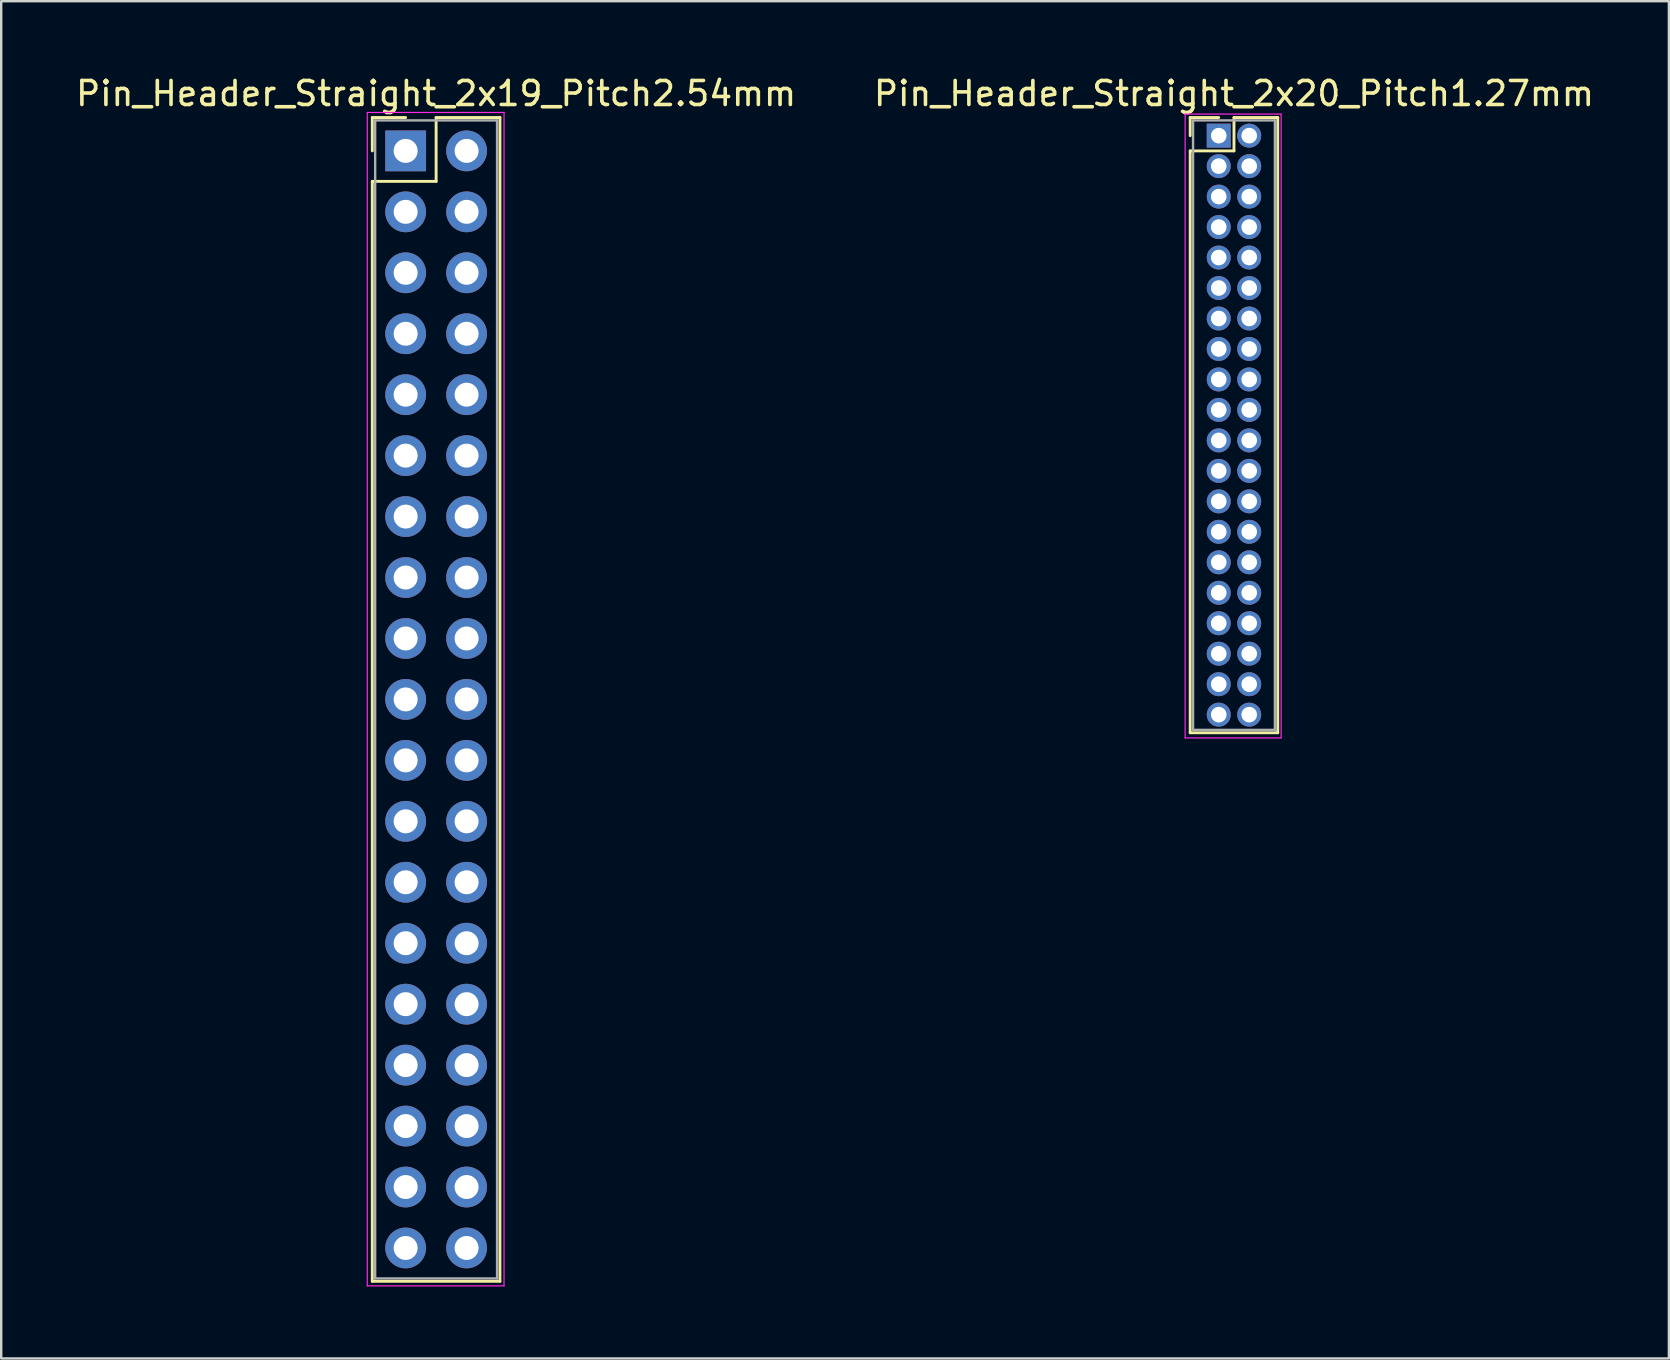
<source format=kicad_pcb>
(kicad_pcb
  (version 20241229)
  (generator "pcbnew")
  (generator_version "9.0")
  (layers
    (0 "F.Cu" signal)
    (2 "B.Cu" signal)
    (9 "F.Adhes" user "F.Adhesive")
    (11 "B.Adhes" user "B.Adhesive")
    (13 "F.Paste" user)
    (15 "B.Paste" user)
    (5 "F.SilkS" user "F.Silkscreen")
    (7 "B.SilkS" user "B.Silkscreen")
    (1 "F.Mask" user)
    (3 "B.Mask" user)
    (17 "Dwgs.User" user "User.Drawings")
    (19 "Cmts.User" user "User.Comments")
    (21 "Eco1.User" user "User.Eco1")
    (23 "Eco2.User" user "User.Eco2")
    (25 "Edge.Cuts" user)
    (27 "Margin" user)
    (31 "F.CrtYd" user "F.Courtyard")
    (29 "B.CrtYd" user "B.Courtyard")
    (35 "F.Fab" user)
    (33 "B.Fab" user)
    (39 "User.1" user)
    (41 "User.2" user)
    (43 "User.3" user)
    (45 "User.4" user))
  (footprint "Pin_Header_Straight_2x19_Pitch2.54mm"
    (layer "F.Cu")
    (at 13.855 3.238)
    (property "Reference" "Pin_Header_Straight_2x19_Pitch2.54mm" (at 1.27 -2.39 0) (layer "F.SilkS") (effects (font (size 1 1) (thickness 0.15))))
    (attr through_hole)
    (fp_line (start -1.39 -1.39) (end 0 -1.39) (stroke (width 0.12) (type solid)) (layer "F.SilkS"))
    (fp_line (start -1.39 0) (end -1.39 -1.39) (stroke (width 0.12) (type solid)) (layer "F.SilkS"))
    (fp_line (start -1.39 1.27) (end -1.39 47.11) (stroke (width 0.12) (type solid)) (layer "F.SilkS"))
    (fp_line (start -1.39 47.11) (end 3.93 47.11) (stroke (width 0.12) (type solid)) (layer "F.SilkS"))
    (fp_line (start 1.27 -1.39) (end 1.27 1.27) (stroke (width 0.12) (type solid)) (layer "F.SilkS"))
    (fp_line (start 1.27 1.27) (end -1.39 1.27) (stroke (width 0.12) (type solid)) (layer "F.SilkS"))
    (fp_line (start 3.93 -1.39) (end 1.27 -1.39) (stroke (width 0.12) (type solid)) (layer "F.SilkS"))
    (fp_line (start 3.93 47.11) (end 3.93 -1.39) (stroke (width 0.12) (type solid)) (layer "F.SilkS"))
    (fp_line (start -1.6 -1.6) (end -1.6 47.3) (stroke (width 0.05) (type solid)) (layer "F.CrtYd"))
    (fp_line (start -1.6 47.3) (end 4.1 47.3) (stroke (width 0.05) (type solid)) (layer "F.CrtYd"))
    (fp_line (start 4.1 -1.6) (end -1.6 -1.6) (stroke (width 0.05) (type solid)) (layer "F.CrtYd"))
    (fp_line (start 4.1 47.3) (end 4.1 -1.6) (stroke (width 0.05) (type solid)) (layer "F.CrtYd"))
    (fp_line (start -1.27 -1.27) (end -1.27 46.99) (stroke (width 0.1) (type solid)) (layer "F.Fab"))
    (fp_line (start -1.27 46.99) (end 3.81 46.99) (stroke (width 0.1) (type solid)) (layer "F.Fab"))
    (fp_line (start 3.81 -1.27) (end -1.27 -1.27) (stroke (width 0.1) (type solid)) (layer "F.Fab"))
    (fp_line (start 3.81 46.99) (end 3.81 -1.27) (stroke (width 0.1) (type solid)) (layer "F.Fab"))
    (pad "1" thru_hole rect (at 0 0) (size 1.7 1.7) (drill 1) (layers "*.Cu" "*.Mask"))
    (pad "2" thru_hole oval (at 2.54 0) (size 1.7 1.7) (drill 1) (layers "*.Cu" "*.Mask"))
    (pad "3" thru_hole oval (at 0 2.54) (size 1.7 1.7) (drill 1) (layers "*.Cu" "*.Mask"))
    (pad "4" thru_hole oval (at 2.54 2.54) (size 1.7 1.7) (drill 1) (layers "*.Cu" "*.Mask"))
    (pad "5" thru_hole oval (at 0 5.08) (size 1.7 1.7) (drill 1) (layers "*.Cu" "*.Mask"))
    (pad "6" thru_hole oval (at 2.54 5.08) (size 1.7 1.7) (drill 1) (layers "*.Cu" "*.Mask"))
    (pad "7" thru_hole oval (at 0 7.62) (size 1.7 1.7) (drill 1) (layers "*.Cu" "*.Mask"))
    (pad "8" thru_hole oval (at 2.54 7.62) (size 1.7 1.7) (drill 1) (layers "*.Cu" "*.Mask"))
    (pad "9" thru_hole oval (at 0 10.16) (size 1.7 1.7) (drill 1) (layers "*.Cu" "*.Mask"))
    (pad "10" thru_hole oval (at 2.54 10.16) (size 1.7 1.7) (drill 1) (layers "*.Cu" "*.Mask"))
    (pad "11" thru_hole oval (at 0 12.7) (size 1.7 1.7) (drill 1) (layers "*.Cu" "*.Mask"))
    (pad "12" thru_hole oval (at 2.54 12.7) (size 1.7 1.7) (drill 1) (layers "*.Cu" "*.Mask"))
    (pad "13" thru_hole oval (at 0 15.24) (size 1.7 1.7) (drill 1) (layers "*.Cu" "*.Mask"))
    (pad "14" thru_hole oval (at 2.54 15.24) (size 1.7 1.7) (drill 1) (layers "*.Cu" "*.Mask"))
    (pad "15" thru_hole oval (at 0 17.78) (size 1.7 1.7) (drill 1) (layers "*.Cu" "*.Mask"))
    (pad "16" thru_hole oval (at 2.54 17.78) (size 1.7 1.7) (drill 1) (layers "*.Cu" "*.Mask"))
    (pad "17" thru_hole oval (at 0 20.32) (size 1.7 1.7) (drill 1) (layers "*.Cu" "*.Mask"))
    (pad "18" thru_hole oval (at 2.54 20.32) (size 1.7 1.7) (drill 1) (layers "*.Cu" "*.Mask"))
    (pad "19" thru_hole oval (at 0 22.86) (size 1.7 1.7) (drill 1) (layers "*.Cu" "*.Mask"))
    (pad "20" thru_hole oval (at 2.54 22.86) (size 1.7 1.7) (drill 1) (layers "*.Cu" "*.Mask"))
    (pad "21" thru_hole oval (at 0 25.4) (size 1.7 1.7) (drill 1) (layers "*.Cu" "*.Mask"))
    (pad "22" thru_hole oval (at 2.54 25.4) (size 1.7 1.7) (drill 1) (layers "*.Cu" "*.Mask"))
    (pad "23" thru_hole oval (at 0 27.94) (size 1.7 1.7) (drill 1) (layers "*.Cu" "*.Mask"))
    (pad "24" thru_hole oval (at 2.54 27.94) (size 1.7 1.7) (drill 1) (layers "*.Cu" "*.Mask"))
    (pad "25" thru_hole oval (at 0 30.48) (size 1.7 1.7) (drill 1) (layers "*.Cu" "*.Mask"))
    (pad "26" thru_hole oval (at 2.54 30.48) (size 1.7 1.7) (drill 1) (layers "*.Cu" "*.Mask"))
    (pad "27" thru_hole oval (at 0 33.02) (size 1.7 1.7) (drill 1) (layers "*.Cu" "*.Mask"))
    (pad "28" thru_hole oval (at 2.54 33.02) (size 1.7 1.7) (drill 1) (layers "*.Cu" "*.Mask"))
    (pad "29" thru_hole oval (at 0 35.56) (size 1.7 1.7) (drill 1) (layers "*.Cu" "*.Mask"))
    (pad "30" thru_hole oval (at 2.54 35.56) (size 1.7 1.7) (drill 1) (layers "*.Cu" "*.Mask"))
    (pad "31" thru_hole oval (at 0 38.1) (size 1.7 1.7) (drill 1) (layers "*.Cu" "*.Mask"))
    (pad "32" thru_hole oval (at 2.54 38.1) (size 1.7 1.7) (drill 1) (layers "*.Cu" "*.Mask"))
    (pad "33" thru_hole oval (at 0 40.64) (size 1.7 1.7) (drill 1) (layers "*.Cu" "*.Mask"))
    (pad "34" thru_hole oval (at 2.54 40.64) (size 1.7 1.7) (drill 1) (layers "*.Cu" "*.Mask"))
    (pad "35" thru_hole oval (at 0 43.18) (size 1.7 1.7) (drill 1) (layers "*.Cu" "*.Mask"))
    (pad "36" thru_hole oval (at 2.54 43.18) (size 1.7 1.7) (drill 1) (layers "*.Cu" "*.Mask"))
    (pad "37" thru_hole oval (at 0 45.72) (size 1.7 1.7) (drill 1) (layers "*.Cu" "*.Mask"))
    (pad "38" thru_hole oval (at 2.54 45.72) (size 1.7 1.7) (drill 1) (layers "*.Cu" "*.Mask")))
  (footprint "Pin_Header_Straight_2x20_Pitch1.27mm"
    (layer "F.Cu")
    (at 47.74 2.603)
    (property "Reference" "Pin_Header_Straight_2x20_Pitch1.27mm" (at 0.635 -1.755 0) (layer "F.SilkS") (effects (font (size 1 1) (thickness 0.15))))
    (attr through_hole)
    (fp_line (start -1.19 -0.755) (end 0 -0.755) (stroke (width 0.12) (type solid)) (layer "F.SilkS"))
    (fp_line (start -1.19 0) (end -1.19 -0.755) (stroke (width 0.12) (type solid)) (layer "F.SilkS"))
    (fp_line (start -1.19 0.635) (end -1.19 24.885) (stroke (width 0.12) (type solid)) (layer "F.SilkS"))
    (fp_line (start -1.19 24.885) (end 2.46 24.885) (stroke (width 0.12) (type solid)) (layer "F.SilkS"))
    (fp_line (start 0.635 -0.755) (end 0.635 0.635) (stroke (width 0.12) (type solid)) (layer "F.SilkS"))
    (fp_line (start 0.635 0.635) (end -1.19 0.635) (stroke (width 0.12) (type solid)) (layer "F.SilkS"))
    (fp_line (start 2.46 -0.755) (end 0.635 -0.755) (stroke (width 0.12) (type solid)) (layer "F.SilkS"))
    (fp_line (start 2.46 24.885) (end 2.46 -0.755) (stroke (width 0.12) (type solid)) (layer "F.SilkS"))
    (fp_line (start -1.4 -0.9) (end -1.4 25.1) (stroke (width 0.05) (type solid)) (layer "F.CrtYd"))
    (fp_line (start -1.4 25.1) (end 2.6 25.1) (stroke (width 0.05) (type solid)) (layer "F.CrtYd"))
    (fp_line (start 2.6 -0.9) (end -1.4 -0.9) (stroke (width 0.05) (type solid)) (layer "F.CrtYd"))
    (fp_line (start 2.6 25.1) (end 2.6 -0.9) (stroke (width 0.05) (type solid)) (layer "F.CrtYd"))
    (fp_line (start -1.07 -0.635) (end -1.07 24.765) (stroke (width 0.1) (type solid)) (layer "F.Fab"))
    (fp_line (start -1.07 24.765) (end 2.34 24.765) (stroke (width 0.1) (type solid)) (layer "F.Fab"))
    (fp_line (start 2.34 -0.635) (end -1.07 -0.635) (stroke (width 0.1) (type solid)) (layer "F.Fab"))
    (fp_line (start 2.34 24.765) (end 2.34 -0.635) (stroke (width 0.1) (type solid)) (layer "F.Fab"))
    (pad "1" thru_hole rect (at 0 0) (size 1 1) (drill 0.65) (layers "*.Cu" "*.Mask"))
    (pad "2" thru_hole oval (at 1.27 0) (size 1 1) (drill 0.65) (layers "*.Cu" "*.Mask"))
    (pad "3" thru_hole oval (at 0 1.27) (size 1 1) (drill 0.65) (layers "*.Cu" "*.Mask"))
    (pad "4" thru_hole oval (at 1.27 1.27) (size 1 1) (drill 0.65) (layers "*.Cu" "*.Mask"))
    (pad "5" thru_hole oval (at 0 2.54) (size 1 1) (drill 0.65) (layers "*.Cu" "*.Mask"))
    (pad "6" thru_hole oval (at 1.27 2.54) (size 1 1) (drill 0.65) (layers "*.Cu" "*.Mask"))
    (pad "7" thru_hole oval (at 0 3.81) (size 1 1) (drill 0.65) (layers "*.Cu" "*.Mask"))
    (pad "8" thru_hole oval (at 1.27 3.81) (size 1 1) (drill 0.65) (layers "*.Cu" "*.Mask"))
    (pad "9" thru_hole oval (at 0 5.08) (size 1 1) (drill 0.65) (layers "*.Cu" "*.Mask"))
    (pad "10" thru_hole oval (at 1.27 5.08) (size 1 1) (drill 0.65) (layers "*.Cu" "*.Mask"))
    (pad "11" thru_hole oval (at 0 6.35) (size 1 1) (drill 0.65) (layers "*.Cu" "*.Mask"))
    (pad "12" thru_hole oval (at 1.27 6.35) (size 1 1) (drill 0.65) (layers "*.Cu" "*.Mask"))
    (pad "13" thru_hole oval (at 0 7.62) (size 1 1) (drill 0.65) (layers "*.Cu" "*.Mask"))
    (pad "14" thru_hole oval (at 1.27 7.62) (size 1 1) (drill 0.65) (layers "*.Cu" "*.Mask"))
    (pad "15" thru_hole oval (at 0 8.89) (size 1 1) (drill 0.65) (layers "*.Cu" "*.Mask"))
    (pad "16" thru_hole oval (at 1.27 8.89) (size 1 1) (drill 0.65) (layers "*.Cu" "*.Mask"))
    (pad "17" thru_hole oval (at 0 10.16) (size 1 1) (drill 0.65) (layers "*.Cu" "*.Mask"))
    (pad "18" thru_hole oval (at 1.27 10.16) (size 1 1) (drill 0.65) (layers "*.Cu" "*.Mask"))
    (pad "19" thru_hole oval (at 0 11.43) (size 1 1) (drill 0.65) (layers "*.Cu" "*.Mask"))
    (pad "20" thru_hole oval (at 1.27 11.43) (size 1 1) (drill 0.65) (layers "*.Cu" "*.Mask"))
    (pad "21" thru_hole oval (at 0 12.7) (size 1 1) (drill 0.65) (layers "*.Cu" "*.Mask"))
    (pad "22" thru_hole oval (at 1.27 12.7) (size 1 1) (drill 0.65) (layers "*.Cu" "*.Mask"))
    (pad "23" thru_hole oval (at 0 13.97) (size 1 1) (drill 0.65) (layers "*.Cu" "*.Mask"))
    (pad "24" thru_hole oval (at 1.27 13.97) (size 1 1) (drill 0.65) (layers "*.Cu" "*.Mask"))
    (pad "25" thru_hole oval (at 0 15.24) (size 1 1) (drill 0.65) (layers "*.Cu" "*.Mask"))
    (pad "26" thru_hole oval (at 1.27 15.24) (size 1 1) (drill 0.65) (layers "*.Cu" "*.Mask"))
    (pad "27" thru_hole oval (at 0 16.51) (size 1 1) (drill 0.65) (layers "*.Cu" "*.Mask"))
    (pad "28" thru_hole oval (at 1.27 16.51) (size 1 1) (drill 0.65) (layers "*.Cu" "*.Mask"))
    (pad "29" thru_hole oval (at 0 17.78) (size 1 1) (drill 0.65) (layers "*.Cu" "*.Mask"))
    (pad "30" thru_hole oval (at 1.27 17.78) (size 1 1) (drill 0.65) (layers "*.Cu" "*.Mask"))
    (pad "31" thru_hole oval (at 0 19.05) (size 1 1) (drill 0.65) (layers "*.Cu" "*.Mask"))
    (pad "32" thru_hole oval (at 1.27 19.05) (size 1 1) (drill 0.65) (layers "*.Cu" "*.Mask"))
    (pad "33" thru_hole oval (at 0 20.32) (size 1 1) (drill 0.65) (layers "*.Cu" "*.Mask"))
    (pad "34" thru_hole oval (at 1.27 20.32) (size 1 1) (drill 0.65) (layers "*.Cu" "*.Mask"))
    (pad "35" thru_hole oval (at 0 21.59) (size 1 1) (drill 0.65) (layers "*.Cu" "*.Mask"))
    (pad "36" thru_hole oval (at 1.27 21.59) (size 1 1) (drill 0.65) (layers "*.Cu" "*.Mask"))
    (pad "37" thru_hole oval (at 0 22.86) (size 1 1) (drill 0.65) (layers "*.Cu" "*.Mask"))
    (pad "38" thru_hole oval (at 1.27 22.86) (size 1 1) (drill 0.65) (layers "*.Cu" "*.Mask"))
    (pad "39" thru_hole oval (at 0 24.13) (size 1 1) (drill 0.65) (layers "*.Cu" "*.Mask"))
    (pad "40" thru_hole oval (at 1.27 24.13) (size 1 1) (drill 0.65) (layers "*.Cu" "*.Mask")))
  (gr_rect
    (start -3 -3)
    (end 66.5 53.563)
    (stroke (width 0.1) (type default))
    (fill no)
    (layer "Edge.Cuts")))
</source>
